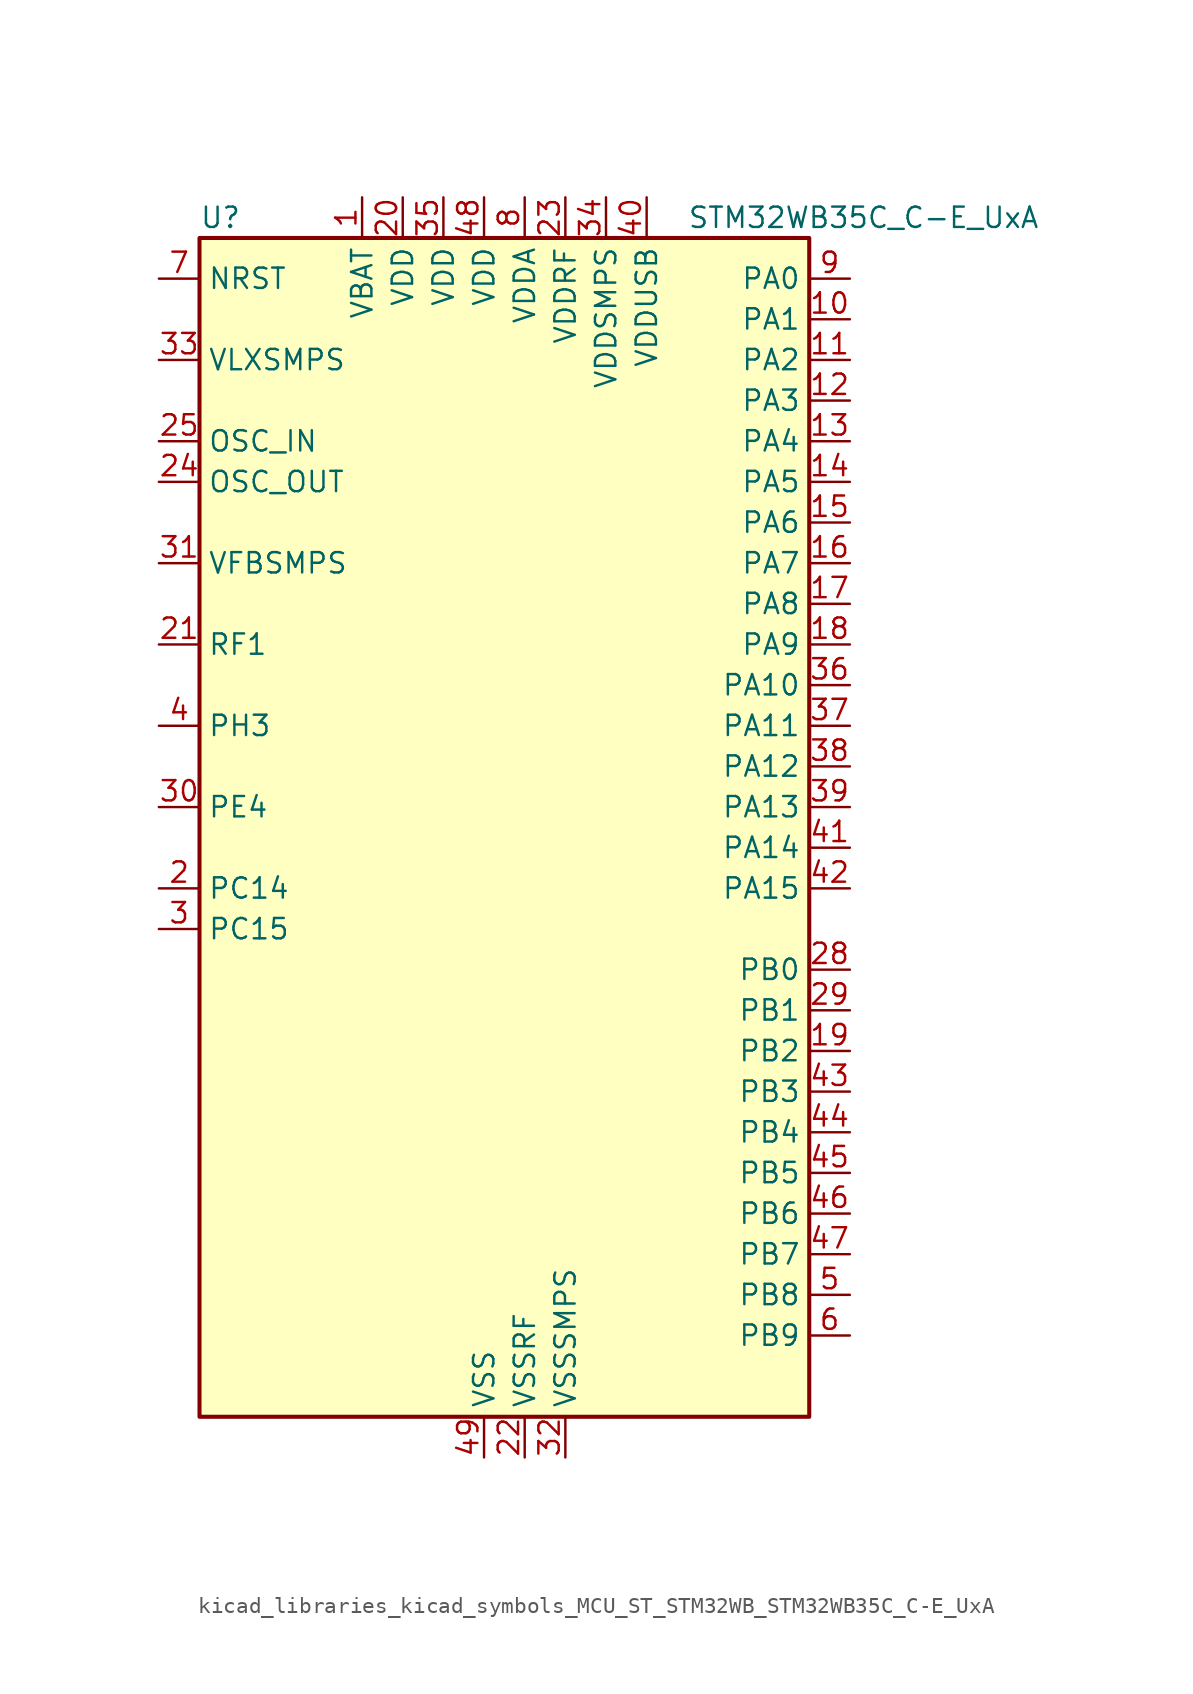
<source format=kicad_sym>
(kicad_symbol_lib
  (version 20220914)
  (generator kicad_symbol_editor)
  (symbol "kicad_libraries_kicad_symbols_MCU_ST_STM32WB_STM32WB35C_C-E_UxA"
    (property "Reference" "U"
      (at -17.78 39.37 0)
      (effects (font (size 1.27 1.27)) (justify left)))
    (property "Value" "STM32WB35C_C-E_UxA"
      (at 12.7 39.37 0)
      (effects (font (size 1.27 1.27)) (justify left)))
    (property "ki_locked" ""
      (at 0 0 0)
      (effects (font (size 1.27 1.27))))
    (symbol "kicad_libraries_kicad_symbols_MCU_ST_STM32WB_STM32WB35C_C-E_UxA_0_1"
      (rectangle (start -17.78 -35.56) (end 20.32 38.1) (stroke (width 0.254) (type default)) (fill (type background))))
    (symbol "kicad_libraries_kicad_symbols_MCU_ST_STM32WB_STM32WB35C_C-E_UxA_1_1"
      (pin power_in line (at -7.62 40.64 270) (length 2.54) (name "VBAT" (effects (font (size 1.27 1.27)))) (number "1" (effects (font (size 1.27 1.27)))))
      (pin bidirectional line (at 22.86 33.02 180) (length 2.54) (name "PA1" (effects (font (size 1.27 1.27)))) (number "10" (effects (font (size 1.27 1.27)))) (alternate "ADC1_IN6" bidirectional line) (alternate "COMP1_INP" bidirectional line) (alternate "I2C1_SMBA" bidirectional line) (alternate "SPI1_SCK" bidirectional line) (alternate "TIM2_CH2" bidirectional line))
      (pin bidirectional line (at 22.86 30.48 180) (length 2.54) (name "PA2" (effects (font (size 1.27 1.27)))) (number "11" (effects (font (size 1.27 1.27)))) (alternate "ADC1_IN7" bidirectional line) (alternate "COMP2_INM" bidirectional line) (alternate "COMP2_OUT" bidirectional line) (alternate "LPUART1_TX" bidirectional line) (alternate "QUADSPI_BK1_NCS" bidirectional line) (alternate "RCC_LSCO" bidirectional line) (alternate "SYS_WKUP4" bidirectional line) (alternate "TIM2_CH3" bidirectional line))
      (pin bidirectional line (at 22.86 27.94 180) (length 2.54) (name "PA3" (effects (font (size 1.27 1.27)))) (number "12" (effects (font (size 1.27 1.27)))) (alternate "ADC1_IN8" bidirectional line) (alternate "COMP2_INP" bidirectional line) (alternate "LPUART1_RX" bidirectional line) (alternate "QUADSPI_CLK" bidirectional line) (alternate "SAI1_CK1" bidirectional line) (alternate "SAI1_MCLK_A" bidirectional line) (alternate "TIM2_CH4" bidirectional line))
      (pin bidirectional line (at 22.86 25.4 180) (length 2.54) (name "PA4" (effects (font (size 1.27 1.27)))) (number "13" (effects (font (size 1.27 1.27)))) (alternate "ADC1_IN9" bidirectional line) (alternate "COMP1_INM" bidirectional line) (alternate "COMP2_INM" bidirectional line) (alternate "LPTIM2_OUT" bidirectional line) (alternate "SAI1_FS_B" bidirectional line) (alternate "SPI1_NSS" bidirectional line))
      (pin bidirectional line (at 22.86 22.86 180) (length 2.54) (name "PA5" (effects (font (size 1.27 1.27)))) (number "14" (effects (font (size 1.27 1.27)))) (alternate "ADC1_IN10" bidirectional line) (alternate "COMP1_INM" bidirectional line) (alternate "COMP2_INM" bidirectional line) (alternate "LPTIM2_ETR" bidirectional line) (alternate "SAI1_SD_B" bidirectional line) (alternate "SPI1_SCK" bidirectional line) (alternate "TIM2_CH1" bidirectional line) (alternate "TIM2_ETR" bidirectional line))
      (pin bidirectional line (at 22.86 20.32 180) (length 2.54) (name "PA6" (effects (font (size 1.27 1.27)))) (number "15" (effects (font (size 1.27 1.27)))) (alternate "ADC1_IN11" bidirectional line) (alternate "LPUART1_CTS" bidirectional line) (alternate "QUADSPI_BK1_IO3" bidirectional line) (alternate "SPI1_MISO" bidirectional line) (alternate "TIM16_CH1" bidirectional line) (alternate "TIM1_BKIN" bidirectional line))
      (pin bidirectional line (at 22.86 17.78 180) (length 2.54) (name "PA7" (effects (font (size 1.27 1.27)))) (number "16" (effects (font (size 1.27 1.27)))) (alternate "ADC1_IN12" bidirectional line) (alternate "COMP2_OUT" bidirectional line) (alternate "I2C3_SCL" bidirectional line) (alternate "QUADSPI_BK1_IO2" bidirectional line) (alternate "SPI1_MOSI" bidirectional line) (alternate "TIM17_CH1" bidirectional line) (alternate "TIM1_CH1N" bidirectional line))
      (pin bidirectional line (at 22.86 15.24 180) (length 2.54) (name "PA8" (effects (font (size 1.27 1.27)))) (number "17" (effects (font (size 1.27 1.27)))) (alternate "ADC1_IN15" bidirectional line) (alternate "LPTIM2_OUT" bidirectional line) (alternate "RCC_MCO" bidirectional line) (alternate "SAI1_CK2" bidirectional line) (alternate "SAI1_SCK_A" bidirectional line) (alternate "TIM1_CH1" bidirectional line) (alternate "USART1_CK" bidirectional line))
      (pin bidirectional line (at 22.86 12.7 180) (length 2.54) (name "PA9" (effects (font (size 1.27 1.27)))) (number "18" (effects (font (size 1.27 1.27)))) (alternate "ADC1_IN16" bidirectional line) (alternate "COMP1_INM" bidirectional line) (alternate "I2C1_SCL" bidirectional line) (alternate "SAI1_D2" bidirectional line) (alternate "SAI1_FS_A" bidirectional line) (alternate "TIM1_CH2" bidirectional line) (alternate "USART1_TX" bidirectional line))
      (pin bidirectional line (at 22.86 -12.7 180) (length 2.54) (name "PB2" (effects (font (size 1.27 1.27)))) (number "19" (effects (font (size 1.27 1.27)))) (alternate "COMP1_INP" bidirectional line) (alternate "I2C3_SMBA" bidirectional line) (alternate "LPTIM1_OUT" bidirectional line) (alternate "RTC_OUT2" bidirectional line) (alternate "SAI1_EXTCLK" bidirectional line) (alternate "SPI1_NSS" bidirectional line))
      (pin bidirectional line (at -20.32 -2.54 0) (length 2.54) (name "PC14" (effects (font (size 1.27 1.27)))) (number "2" (effects (font (size 1.27 1.27)))) (alternate "RCC_OSC32_IN" bidirectional line))
      (pin power_in line (at -5.08 40.64 270) (length 2.54) (name "VDD" (effects (font (size 1.27 1.27)))) (number "20" (effects (font (size 1.27 1.27)))))
      (pin bidirectional line (at -20.32 12.7 0) (length 2.54) (name "RF1" (effects (font (size 1.27 1.27)))) (number "21" (effects (font (size 1.27 1.27)))) (alternate "RF_RF1" bidirectional line))
      (pin power_in line (at 2.54 -38.1 90) (length 2.54) (name "VSSRF" (effects (font (size 1.27 1.27)))) (number "22" (effects (font (size 1.27 1.27)))))
      (pin power_in line (at 5.08 40.64 270) (length 2.54) (name "VDDRF" (effects (font (size 1.27 1.27)))) (number "23" (effects (font (size 1.27 1.27)))))
      (pin input line (at -20.32 22.86 0) (length 2.54) (name "OSC_OUT" (effects (font (size 1.27 1.27)))) (number "24" (effects (font (size 1.27 1.27)))) (alternate "RCC_OSC_OUT" bidirectional line))
      (pin input line (at -20.32 25.4 0) (length 2.54) (name "OSC_IN" (effects (font (size 1.27 1.27)))) (number "25" (effects (font (size 1.27 1.27)))) (alternate "RCC_OSC_IN" bidirectional line))
      (pin no_connect line (at -17.78 -35.56 0) (length 2.54) hide (name "AT0" (effects (font (size 1.27 1.27)))) (number "26" (effects (font (size 1.27 1.27)))))
      (pin no_connect line (at -17.78 -33.02 0) (length 2.54) hide (name "AT1" (effects (font (size 1.27 1.27)))) (number "27" (effects (font (size 1.27 1.27)))))
      (pin bidirectional line (at 22.86 -7.62 180) (length 2.54) (name "PB0" (effects (font (size 1.27 1.27)))) (number "28" (effects (font (size 1.27 1.27)))) (alternate "COMP1_OUT" bidirectional line) (alternate "RF_TX_MOD_EXT_PA" bidirectional line))
      (pin bidirectional line (at 22.86 -10.16 180) (length 2.54) (name "PB1" (effects (font (size 1.27 1.27)))) (number "29" (effects (font (size 1.27 1.27)))) (alternate "LPTIM2_IN1" bidirectional line) (alternate "LPUART1_DE" bidirectional line) (alternate "LPUART1_RTS" bidirectional line))
      (pin bidirectional line (at -20.32 -5.08 0) (length 2.54) (name "PC15" (effects (font (size 1.27 1.27)))) (number "3" (effects (font (size 1.27 1.27)))) (alternate "ADC1_EXTI15" bidirectional line) (alternate "RCC_OSC32_OUT" bidirectional line))
      (pin bidirectional line (at -20.32 2.54 0) (length 2.54) (name "PE4" (effects (font (size 1.27 1.27)))) (number "30" (effects (font (size 1.27 1.27)))))
      (pin input line (at -20.32 17.78 0) (length 2.54) (name "VFBSMPS" (effects (font (size 1.27 1.27)))) (number "31" (effects (font (size 1.27 1.27)))))
      (pin power_in line (at 5.08 -38.1 90) (length 2.54) (name "VSSSMPS" (effects (font (size 1.27 1.27)))) (number "32" (effects (font (size 1.27 1.27)))))
      (pin power_in line (at -20.32 30.48 0) (length 2.54) (name "VLXSMPS" (effects (font (size 1.27 1.27)))) (number "33" (effects (font (size 1.27 1.27)))))
      (pin power_in line (at 7.62 40.64 270) (length 2.54) (name "VDDSMPS" (effects (font (size 1.27 1.27)))) (number "34" (effects (font (size 1.27 1.27)))))
      (pin power_in line (at -2.54 40.64 270) (length 2.54) (name "VDD" (effects (font (size 1.27 1.27)))) (number "35" (effects (font (size 1.27 1.27)))))
      (pin bidirectional line (at 22.86 10.16 180) (length 2.54) (name "PA10" (effects (font (size 1.27 1.27)))) (number "36" (effects (font (size 1.27 1.27)))) (alternate "CRS_SYNC" bidirectional line) (alternate "I2C1_SDA" bidirectional line) (alternate "SAI1_D1" bidirectional line) (alternate "SAI1_SD_A" bidirectional line) (alternate "TIM17_BKIN" bidirectional line) (alternate "TIM1_CH3" bidirectional line) (alternate "USART1_RX" bidirectional line))
      (pin bidirectional line (at 22.86 7.62 180) (length 2.54) (name "PA11" (effects (font (size 1.27 1.27)))) (number "37" (effects (font (size 1.27 1.27)))) (alternate "ADC1_EXTI11" bidirectional line) (alternate "SPI1_MISO" bidirectional line) (alternate "TIM1_BKIN2" bidirectional line) (alternate "TIM1_CH4" bidirectional line) (alternate "USART1_CTS" bidirectional line) (alternate "USART1_NSS" bidirectional line) (alternate "USB_DM" bidirectional line))
      (pin bidirectional line (at 22.86 5.08 180) (length 2.54) (name "PA12" (effects (font (size 1.27 1.27)))) (number "38" (effects (font (size 1.27 1.27)))) (alternate "LPUART1_RX" bidirectional line) (alternate "SPI1_MOSI" bidirectional line) (alternate "TIM1_ETR" bidirectional line) (alternate "USART1_DE" bidirectional line) (alternate "USART1_RTS" bidirectional line) (alternate "USB_DP" bidirectional line))
      (pin bidirectional line (at 22.86 2.54 180) (length 2.54) (name "PA13" (effects (font (size 1.27 1.27)))) (number "39" (effects (font (size 1.27 1.27)))) (alternate "IR_OUT" bidirectional line) (alternate "SAI1_SD_B" bidirectional line) (alternate "SYS_JTMS-SWDIO" bidirectional line) (alternate "USB_NOE" bidirectional line))
      (pin bidirectional line (at -20.32 7.62 0) (length 2.54) (name "PH3" (effects (font (size 1.27 1.27)))) (number "4" (effects (font (size 1.27 1.27)))) (alternate "RCC_LSCO" bidirectional line))
      (pin power_in line (at 10.16 40.64 270) (length 2.54) (name "VDDUSB" (effects (font (size 1.27 1.27)))) (number "40" (effects (font (size 1.27 1.27)))))
      (pin bidirectional line (at 22.86 0 180) (length 2.54) (name "PA14" (effects (font (size 1.27 1.27)))) (number "41" (effects (font (size 1.27 1.27)))) (alternate "I2C1_SMBA" bidirectional line) (alternate "LPTIM1_OUT" bidirectional line) (alternate "SAI1_FS_B" bidirectional line) (alternate "SYS_JTCK-SWCLK" bidirectional line))
      (pin bidirectional line (at 22.86 -2.54 180) (length 2.54) (name "PA15" (effects (font (size 1.27 1.27)))) (number "42" (effects (font (size 1.27 1.27)))) (alternate "ADC1_EXTI15" bidirectional line) (alternate "RCC_MCO" bidirectional line) (alternate "SPI1_NSS" bidirectional line) (alternate "SYS_JTDI" bidirectional line) (alternate "TIM2_CH1" bidirectional line) (alternate "TIM2_ETR" bidirectional line))
      (pin bidirectional line (at 22.86 -15.24 180) (length 2.54) (name "PB3" (effects (font (size 1.27 1.27)))) (number "43" (effects (font (size 1.27 1.27)))) (alternate "COMP2_INM" bidirectional line) (alternate "SAI1_SCK_B" bidirectional line) (alternate "SPI1_SCK" bidirectional line) (alternate "SYS_JTDO-SWO" bidirectional line) (alternate "TIM2_CH2" bidirectional line) (alternate "USART1_DE" bidirectional line) (alternate "USART1_RTS" bidirectional line))
      (pin bidirectional line (at 22.86 -17.78 180) (length 2.54) (name "PB4" (effects (font (size 1.27 1.27)))) (number "44" (effects (font (size 1.27 1.27)))) (alternate "COMP2_INP" bidirectional line) (alternate "I2C3_SDA" bidirectional line) (alternate "SAI1_MCLK_B" bidirectional line) (alternate "SPI1_MISO" bidirectional line) (alternate "SYS_JTRST" bidirectional line) (alternate "TIM17_BKIN" bidirectional line) (alternate "USART1_CTS" bidirectional line) (alternate "USART1_NSS" bidirectional line))
      (pin bidirectional line (at 22.86 -20.32 180) (length 2.54) (name "PB5" (effects (font (size 1.27 1.27)))) (number "45" (effects (font (size 1.27 1.27)))) (alternate "COMP2_OUT" bidirectional line) (alternate "I2C1_SMBA" bidirectional line) (alternate "LPTIM1_IN1" bidirectional line) (alternate "LPUART1_TX" bidirectional line) (alternate "SAI1_SD_B" bidirectional line) (alternate "SPI1_MOSI" bidirectional line) (alternate "TIM16_BKIN" bidirectional line) (alternate "USART1_CK" bidirectional line))
      (pin bidirectional line (at 22.86 -22.86 180) (length 2.54) (name "PB6" (effects (font (size 1.27 1.27)))) (number "46" (effects (font (size 1.27 1.27)))) (alternate "COMP2_INP" bidirectional line) (alternate "I2C1_SCL" bidirectional line) (alternate "LPTIM1_ETR" bidirectional line) (alternate "RCC_MCO" bidirectional line) (alternate "SAI1_FS_B" bidirectional line) (alternate "TIM16_CH1N" bidirectional line) (alternate "USART1_TX" bidirectional line))
      (pin bidirectional line (at 22.86 -25.4 180) (length 2.54) (name "PB7" (effects (font (size 1.27 1.27)))) (number "47" (effects (font (size 1.27 1.27)))) (alternate "COMP2_INM" bidirectional line) (alternate "I2C1_SDA" bidirectional line) (alternate "LPTIM1_IN2" bidirectional line) (alternate "SYS_PVD_IN" bidirectional line) (alternate "TIM17_CH1N" bidirectional line) (alternate "TIM1_BKIN" bidirectional line) (alternate "USART1_RX" bidirectional line))
      (pin power_in line (at 0 40.64 270) (length 2.54) (name "VDD" (effects (font (size 1.27 1.27)))) (number "48" (effects (font (size 1.27 1.27)))))
      (pin power_in line (at 0 -38.1 90) (length 2.54) (name "VSS" (effects (font (size 1.27 1.27)))) (number "49" (effects (font (size 1.27 1.27)))))
      (pin bidirectional line (at 22.86 -27.94 180) (length 2.54) (name "PB8" (effects (font (size 1.27 1.27)))) (number "5" (effects (font (size 1.27 1.27)))) (alternate "I2C1_SCL" bidirectional line) (alternate "QUADSPI_BK1_IO1" bidirectional line) (alternate "SAI1_CK1" bidirectional line) (alternate "SAI1_MCLK_A" bidirectional line) (alternate "TIM16_CH1" bidirectional line) (alternate "TIM1_CH2N" bidirectional line))
      (pin bidirectional line (at 22.86 -30.48 180) (length 2.54) (name "PB9" (effects (font (size 1.27 1.27)))) (number "6" (effects (font (size 1.27 1.27)))) (alternate "I2C1_SDA" bidirectional line) (alternate "IR_OUT" bidirectional line) (alternate "QUADSPI_BK1_IO0" bidirectional line) (alternate "SAI1_D2" bidirectional line) (alternate "SAI1_FS_A" bidirectional line) (alternate "TIM17_CH1" bidirectional line) (alternate "TIM1_CH3N" bidirectional line))
      (pin input line (at -20.32 35.56 0) (length 2.54) (name "NRST" (effects (font (size 1.27 1.27)))) (number "7" (effects (font (size 1.27 1.27)))))
      (pin power_in line (at 2.54 40.64 270) (length 2.54) (name "VDDA" (effects (font (size 1.27 1.27)))) (number "8" (effects (font (size 1.27 1.27)))))
      (pin bidirectional line (at 22.86 35.56 180) (length 2.54) (name "PA0" (effects (font (size 1.27 1.27)))) (number "9" (effects (font (size 1.27 1.27)))) (alternate "ADC1_IN5" bidirectional line) (alternate "COMP1_INM" bidirectional line) (alternate "COMP1_OUT" bidirectional line) (alternate "RTC_TAMP2" bidirectional line) (alternate "SAI1_EXTCLK" bidirectional line) (alternate "SYS_WKUP1" bidirectional line) (alternate "TIM2_CH1" bidirectional line) (alternate "TIM2_ETR" bidirectional line)))))
</source>
